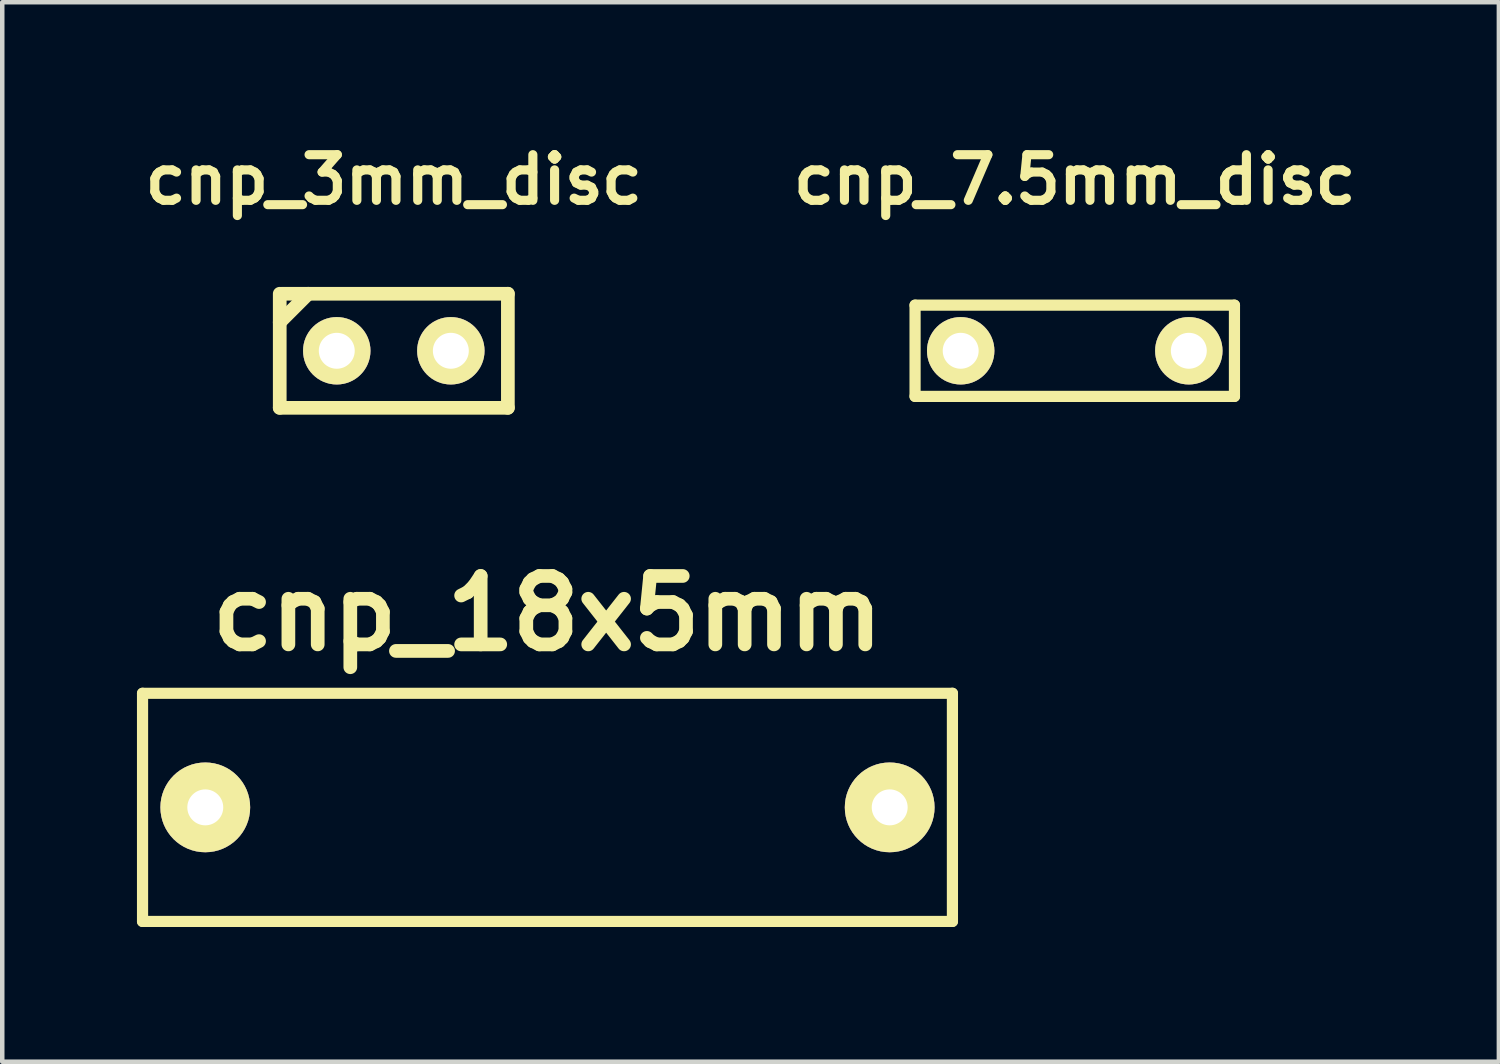
<source format=kicad_pcb>
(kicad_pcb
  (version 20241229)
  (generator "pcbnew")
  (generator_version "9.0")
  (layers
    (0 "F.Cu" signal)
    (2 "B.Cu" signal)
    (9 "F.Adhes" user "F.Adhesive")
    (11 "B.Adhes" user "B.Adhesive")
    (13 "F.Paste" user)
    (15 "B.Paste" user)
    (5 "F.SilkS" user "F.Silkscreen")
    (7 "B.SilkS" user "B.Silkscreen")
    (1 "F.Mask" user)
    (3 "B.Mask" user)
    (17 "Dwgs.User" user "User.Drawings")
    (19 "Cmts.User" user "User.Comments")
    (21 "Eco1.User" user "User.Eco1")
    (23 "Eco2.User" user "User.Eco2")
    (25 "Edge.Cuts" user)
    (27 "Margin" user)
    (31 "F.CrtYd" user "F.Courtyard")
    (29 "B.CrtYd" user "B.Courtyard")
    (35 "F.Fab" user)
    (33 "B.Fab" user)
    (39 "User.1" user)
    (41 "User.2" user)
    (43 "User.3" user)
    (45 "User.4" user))
  (footprint "cnp_3mm_disc"
    (layer "F.Cu")
    (at 5.719 4.761)
    (property "Reference" "cnp_3mm_disc" (at 0 -3.81 0) (layer "F.SilkS") (effects (font (size 1.016 1.016) (thickness 0.203))))
    (attr through_hole)
    (fp_line (start -2.54 -0.635) (end -1.905 -1.27) (stroke (width 0.305) (type solid)) (layer "F.SilkS"))
    (fp_line (start -2.54 1.27) (end -2.54 -1.27) (stroke (width 0.305) (type solid)) (layer "F.SilkS"))
    (fp_line (start -2.489 -1.27) (end 2.54 -1.27) (stroke (width 0.305) (type solid)) (layer "F.SilkS"))
    (fp_line (start 2.54 -1.27) (end 2.54 1.27) (stroke (width 0.305) (type solid)) (layer "F.SilkS"))
    (fp_line (start 2.54 1.27) (end -2.54 1.27) (stroke (width 0.305) (type solid)) (layer "F.SilkS"))
    (pad "1" thru_hole circle (at -1.27 0) (size 1.501 1.501) (drill 0.8) (layers "*.Cu" "*.Mask" "F.SilkS"))
    (pad "2" thru_hole circle (at 1.27 0) (size 1.501 1.501) (drill 0.8) (layers "*.Cu" "*.Mask" "F.SilkS")))
  (footprint "cnp_18x5mm"
    (layer "F.Cu")
    (at 9.141 14.928)
    (property "Reference" "cnp_18x5mm" (at 0 -4.318 0) (layer "F.SilkS") (effects (font (size 1.524 1.524) (thickness 0.305))))
    (attr through_hole)
    (fp_line (start -9.017 -2.54) (end -9.017 2.54) (stroke (width 0.249) (type solid)) (layer "F.SilkS"))
    (fp_line (start -9.017 2.54) (end 9.017 2.54) (stroke (width 0.249) (type solid)) (layer "F.SilkS"))
    (fp_line (start 9.017 -2.54) (end -9.017 -2.54) (stroke (width 0.249) (type solid)) (layer "F.SilkS"))
    (fp_line (start 9.017 2.54) (end 9.017 -2.54) (stroke (width 0.249) (type solid)) (layer "F.SilkS"))
    (pad "1" thru_hole circle (at -7.62 0) (size 1.999 1.999) (drill 0.8) (layers "*.Cu" "*.Mask" "F.SilkS"))
    (pad "2" thru_hole circle (at 7.62 0) (size 1.999 1.999) (drill 0.8) (layers "*.Cu" "*.Mask" "F.SilkS")))
  (footprint "cnp_7.5mm_disc"
    (layer "F.Cu")
    (at 20.882 4.761)
    (property "Reference" "cnp_7.5mm_disc" (at 0 -3.81 0) (layer "F.SilkS") (effects (font (size 1.016 1.016) (thickness 0.203))))
    (attr through_hole)
    (fp_line (start -3.556 -1.016) (end -3.556 1.016) (stroke (width 0.249) (type solid)) (layer "F.SilkS"))
    (fp_line (start -3.556 1.016) (end 3.556 1.016) (stroke (width 0.249) (type solid)) (layer "F.SilkS"))
    (fp_line (start 3.556 -1.016) (end -3.556 -1.016) (stroke (width 0.249) (type solid)) (layer "F.SilkS"))
    (fp_line (start 3.556 1.016) (end 3.556 -1.016) (stroke (width 0.249) (type solid)) (layer "F.SilkS"))
    (pad "1" thru_hole circle (at -2.54 0) (size 1.501 1.501) (drill 0.8) (layers "*.Cu" "*.Mask" "F.SilkS"))
    (pad "2" thru_hole circle (at 2.54 0) (size 1.501 1.501) (drill 0.8) (layers "*.Cu" "*.Mask" "F.SilkS")))
  (gr_rect
    (start -3 -3)
    (end 30.326 20.592)
    (stroke (width 0.1) (type default))
    (fill no)
    (layer "Edge.Cuts")))
</source>
